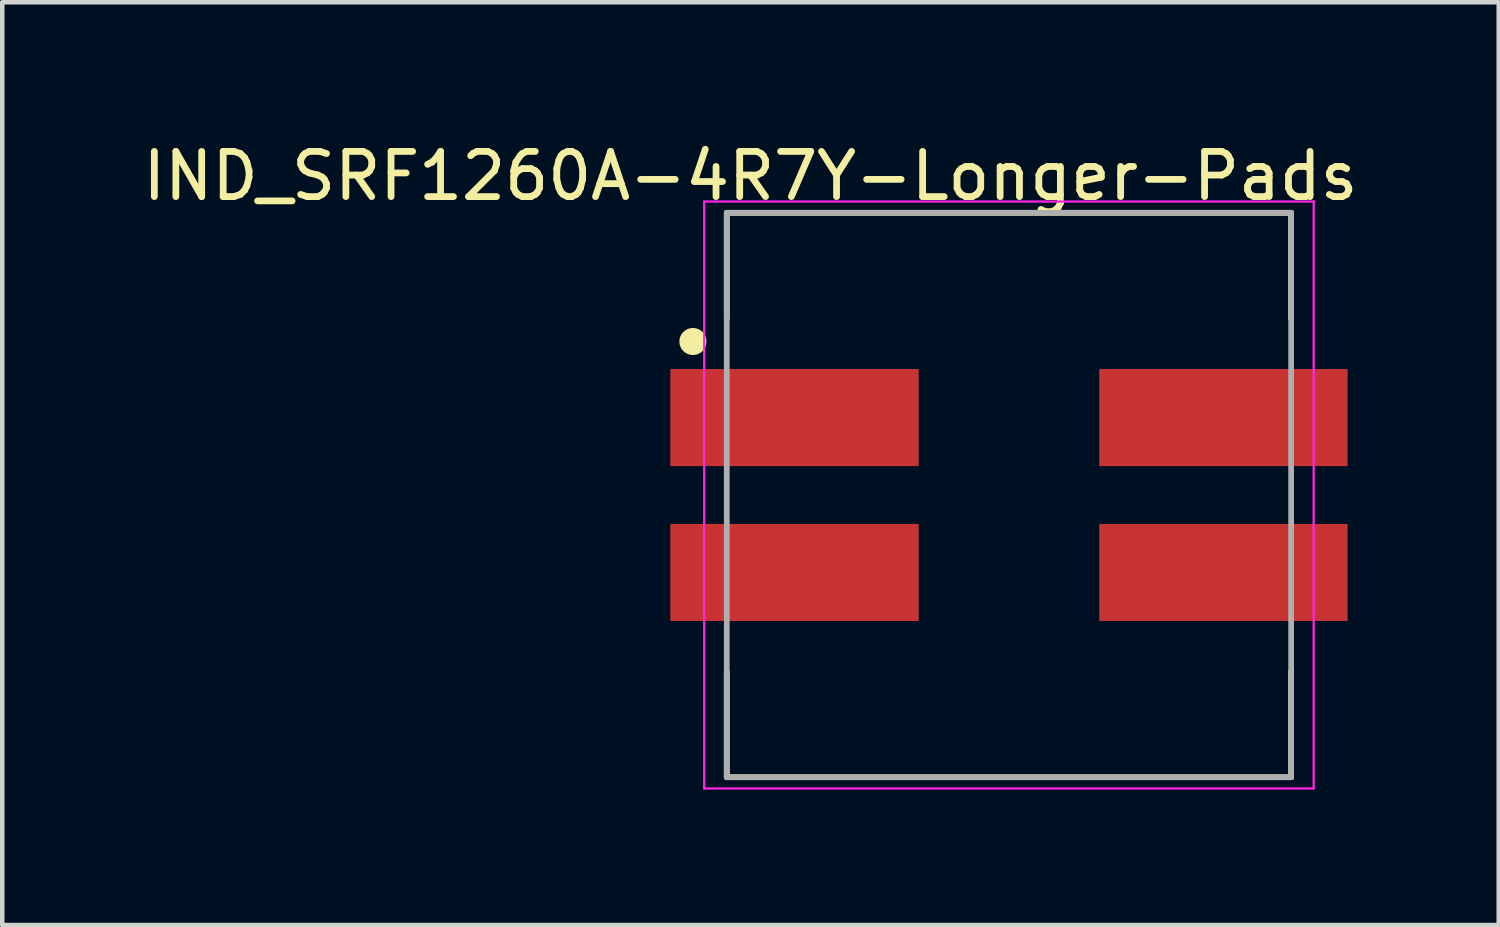
<source format=kicad_pcb>
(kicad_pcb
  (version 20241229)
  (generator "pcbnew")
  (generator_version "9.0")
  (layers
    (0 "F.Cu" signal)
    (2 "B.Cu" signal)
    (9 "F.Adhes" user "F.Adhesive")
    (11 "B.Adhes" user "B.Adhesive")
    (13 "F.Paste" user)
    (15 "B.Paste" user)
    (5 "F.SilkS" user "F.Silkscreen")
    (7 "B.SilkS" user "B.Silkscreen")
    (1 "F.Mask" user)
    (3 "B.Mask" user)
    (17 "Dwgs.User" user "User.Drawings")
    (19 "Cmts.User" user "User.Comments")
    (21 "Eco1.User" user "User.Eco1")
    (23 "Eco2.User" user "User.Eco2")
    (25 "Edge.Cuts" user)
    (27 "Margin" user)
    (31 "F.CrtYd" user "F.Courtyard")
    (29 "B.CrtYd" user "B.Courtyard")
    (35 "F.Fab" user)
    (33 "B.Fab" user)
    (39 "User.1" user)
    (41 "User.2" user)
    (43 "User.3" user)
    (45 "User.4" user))
  (footprint "IND_SRF1260A-4R7Y-Longer-Pads"
    (layer "F.Cu")
    (at 19.297 7.914)
    (property "Reference" "IND_SRF1260A-4R7Y-Longer-Pads" (at -5.725 -7.065 0) (layer "F.SilkS") (effects (font (size 1.001 1.001) (thickness 0.15))))
    (attr smd)
    (fp_line (start -6.25 -6.25) (end 6.25 -6.25) (stroke (width 0.127) (type solid)) (layer "F.SilkS"))
    (fp_line (start -6.25 -3.91) (end -6.25 -6.25) (stroke (width 0.127) (type solid)) (layer "F.SilkS"))
    (fp_line (start -6.25 6.25) (end -6.25 3.91) (stroke (width 0.127) (type solid)) (layer "F.SilkS"))
    (fp_line (start 6.25 -6.25) (end 6.25 -3.91) (stroke (width 0.127) (type solid)) (layer "F.SilkS"))
    (fp_line (start 6.25 3.91) (end 6.25 6.25) (stroke (width 0.127) (type solid)) (layer "F.SilkS"))
    (fp_line (start 6.25 6.25) (end -6.25 6.25) (stroke (width 0.127) (type solid)) (layer "F.SilkS"))
    (fp_circle (center -7 -3.4) (end -6.85 -3.4) (stroke (width 0.3) (type solid)) (fill no) (layer "F.SilkS"))
    (fp_line (start -6.75 -6.5) (end 6.75 -6.5) (stroke (width 0.05) (type solid)) (layer "F.CrtYd"))
    (fp_line (start -6.75 6.5) (end -6.75 -6.5) (stroke (width 0.05) (type solid)) (layer "F.CrtYd"))
    (fp_line (start 6.75 -6.5) (end 6.75 6.5) (stroke (width 0.05) (type solid)) (layer "F.CrtYd"))
    (fp_line (start 6.75 6.5) (end -6.75 6.5) (stroke (width 0.05) (type solid)) (layer "F.CrtYd"))
    (fp_line (start -6.25 -6.25) (end 6.25 -6.25) (stroke (width 0.127) (type solid)) (layer "F.Fab"))
    (fp_line (start -6.25 6.25) (end -6.25 -6.25) (stroke (width 0.127) (type solid)) (layer "F.Fab"))
    (fp_line (start 6.25 -6.25) (end 6.25 6.25) (stroke (width 0.127) (type solid)) (layer "F.Fab"))
    (fp_line (start 6.25 6.25) (end -6.25 6.25) (stroke (width 0.127) (type solid)) (layer "F.Fab"))
    (pad "1" smd rect (at -4.75 -1.715 180) (size 5.5 2.15) (layers "F.Cu" "F.Mask" "F.Paste"))
    (pad "2" smd rect (at -4.75 1.715 180) (size 5.5 2.15) (layers "F.Cu" "F.Mask" "F.Paste"))
    (pad "3" smd rect (at 4.75 1.715 180) (size 5.5 2.15) (layers "F.Cu" "F.Mask" "F.Paste"))
    (pad "4" smd rect (at 4.75 -1.715 180) (size 5.5 2.15) (layers "F.Cu" "F.Mask" "F.Paste")))
  (gr_rect
    (start -3 -3)
    (end 30.145 17.439)
    (stroke (width 0.1) (type default))
    (fill no)
    (layer "Edge.Cuts")))
</source>
